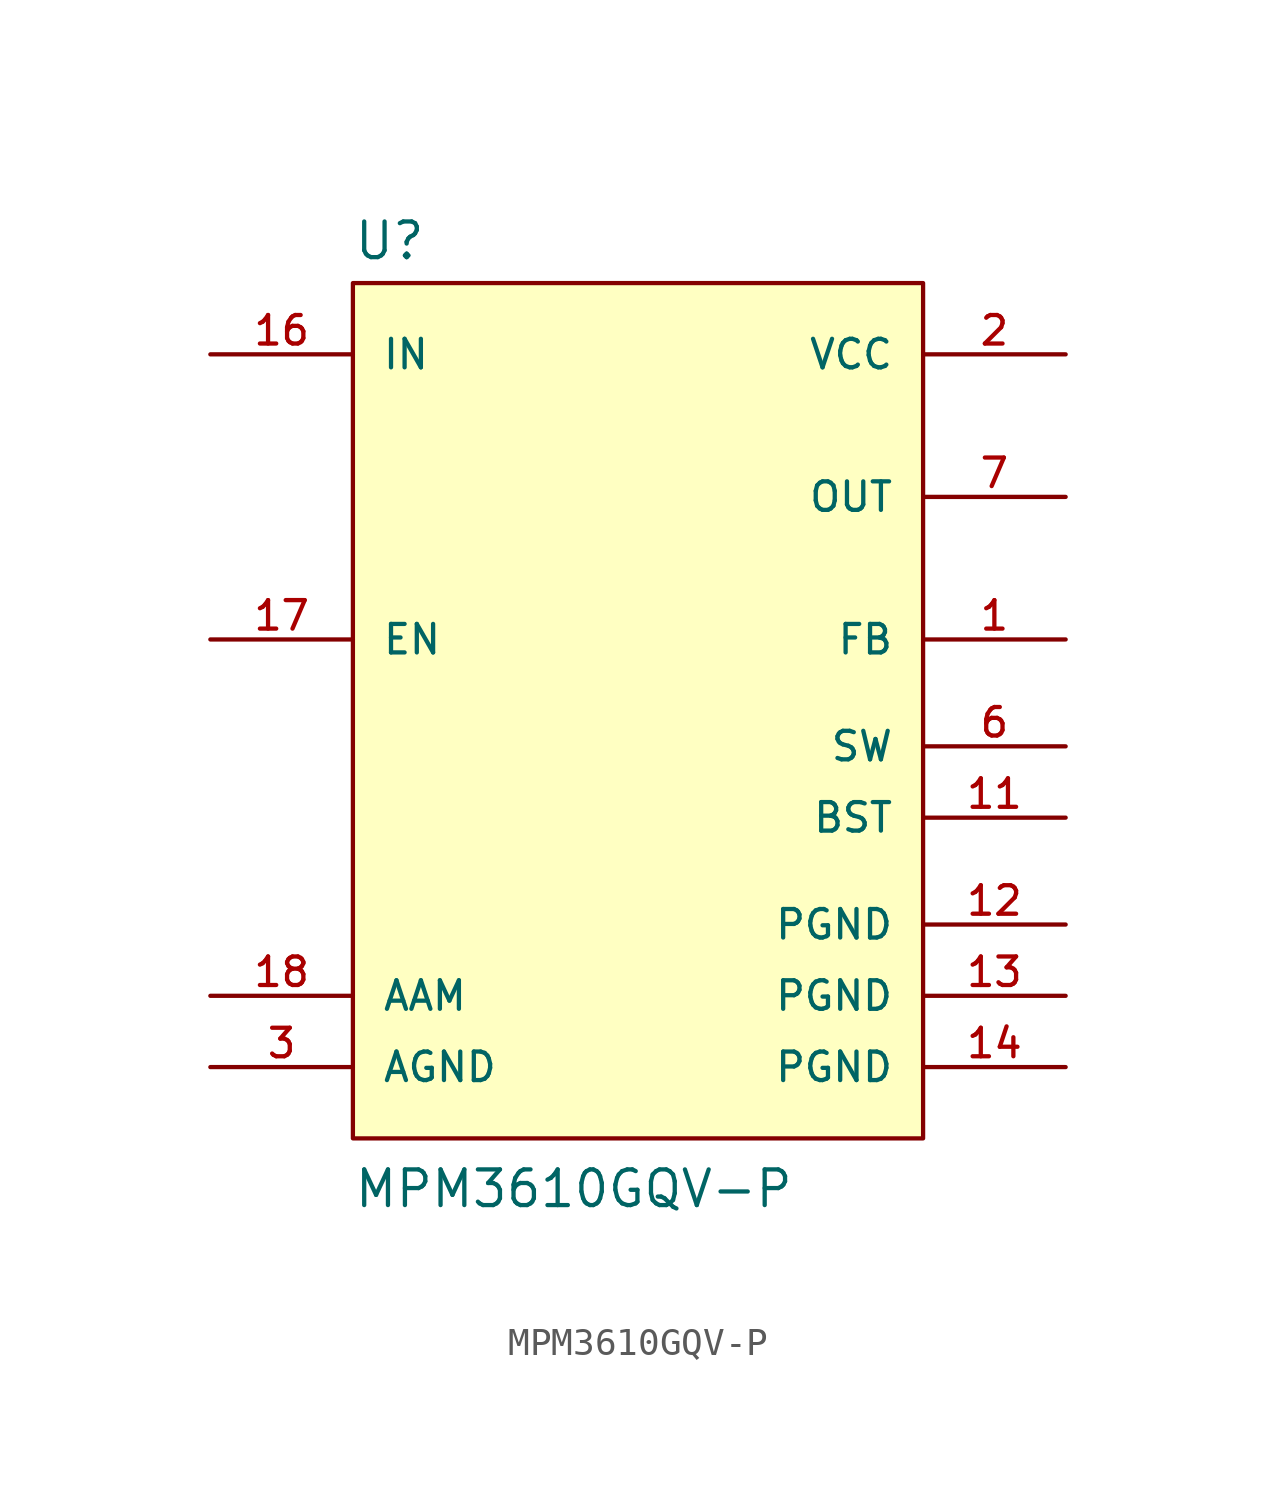
<source format=kicad_sym>
(kicad_symbol_lib
  (version 20231120)
  (generator "kicad_symbol_editor")
  (generator_version "8.0")
  (symbol "MPM3610GQV-P"
    (pin_names
      (offset 1.016))
    (property "Reference" "U"
      (at -10.16 16.002 0)
      (effects (font (size 1.27 1.27)) (justify left bottom)))
    (property "Value" "MPM3610GQV-P"
      (at -10.16 -17.78 0)
      (effects (font (size 1.27 1.27)) (justify left bottom)))
    (symbol "MPM3610GQV-P_0_0"
      (rectangle (start -10.16 -15.24) (end 10.16 15.24) (stroke (width 0.152) (type default)) (fill (type background)))
      (pin input line (at 15.24 2.54 180) (length 5.08) (name "FB" (effects (font (size 1.016 1.016)))) (number "1" (effects (font (size 1.016 1.016)))))
      (pin passive line (at 15.24 -3.81 180) (length 5.08) (name "BST" (effects (font (size 1.016 1.016)))) (number "11" (effects (font (size 1.016 1.016)))))
      (pin power_in line (at 15.24 -7.62 180) (length 5.08) (name "PGND" (effects (font (size 1.016 1.016)))) (number "12" (effects (font (size 1.016 1.016)))))
      (pin power_in line (at 15.24 -10.16 180) (length 5.08) (name "PGND" (effects (font (size 1.016 1.016)))) (number "13" (effects (font (size 1.016 1.016)))))
      (pin power_in line (at 15.24 -12.7 180) (length 5.08) (name "PGND" (effects (font (size 1.016 1.016)))) (number "14" (effects (font (size 1.016 1.016)))))
      (pin input line (at -15.24 12.7 0) (length 5.08) (name "IN" (effects (font (size 1.016 1.016)))) (number "16" (effects (font (size 1.016 1.016)))))
      (pin input line (at -15.24 2.54 0) (length 5.08) (name "EN" (effects (font (size 1.016 1.016)))) (number "17" (effects (font (size 1.016 1.016)))))
      (pin input line (at -15.24 -10.16 0) (length 5.08) (name "AAM" (effects (font (size 1.016 1.016)))) (number "18" (effects (font (size 1.016 1.016)))))
      (pin power_in line (at 15.24 12.7 180) (length 5.08) (name "VCC" (effects (font (size 1.016 1.016)))) (number "2" (effects (font (size 1.016 1.016)))))
      (pin power_in line (at -15.24 -12.7 0) (length 5.08) (name "AGND" (effects (font (size 1.016 1.016)))) (number "3" (effects (font (size 1.016 1.016)))))
      (pin output line (at 15.24 -1.27 180) (length 5.08) (name "SW" (effects (font (size 1.016 1.016)))) (number "6" (effects (font (size 1.016 1.016)))))
      (pin output line (at 15.24 7.62 180) (length 5.08) (name "OUT" (effects (font (size 1.016 1.016)))) (number "7" (effects (font (size 1.016 1.016))))))))
</source>
